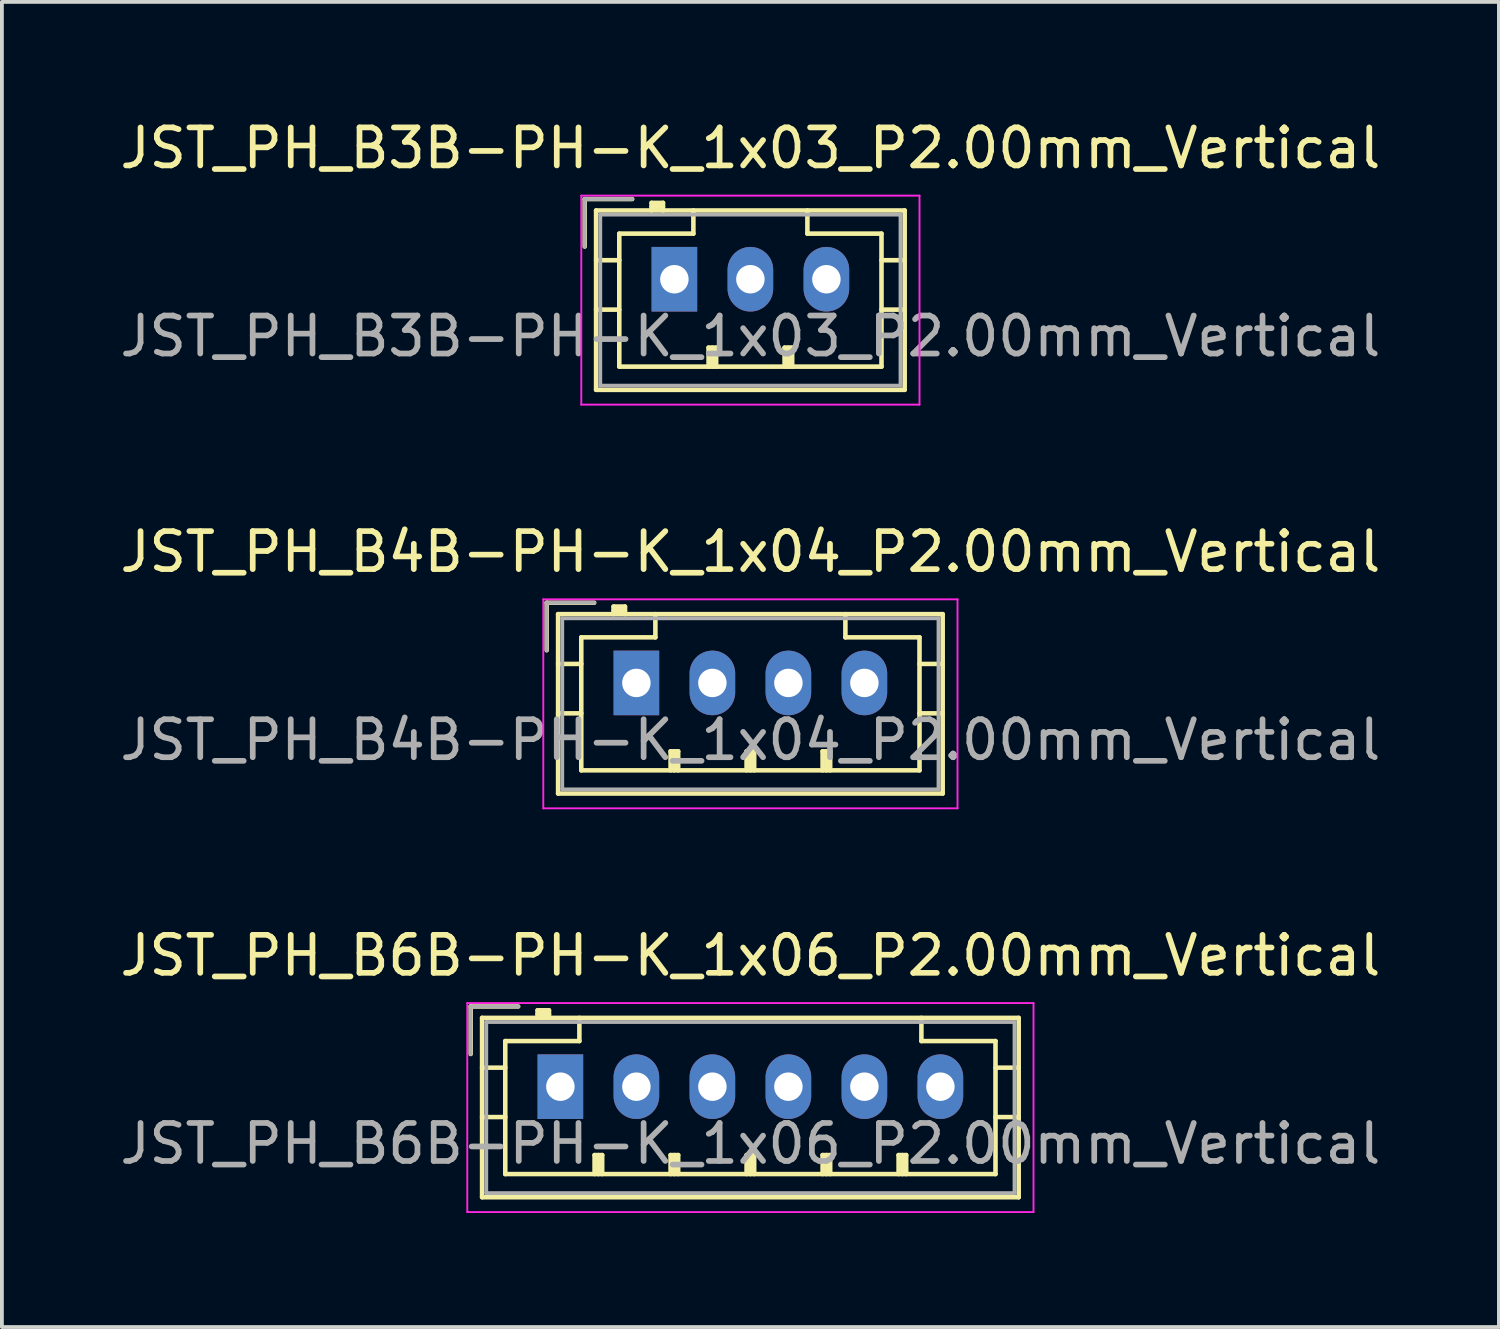
<source format=kicad_pcb>
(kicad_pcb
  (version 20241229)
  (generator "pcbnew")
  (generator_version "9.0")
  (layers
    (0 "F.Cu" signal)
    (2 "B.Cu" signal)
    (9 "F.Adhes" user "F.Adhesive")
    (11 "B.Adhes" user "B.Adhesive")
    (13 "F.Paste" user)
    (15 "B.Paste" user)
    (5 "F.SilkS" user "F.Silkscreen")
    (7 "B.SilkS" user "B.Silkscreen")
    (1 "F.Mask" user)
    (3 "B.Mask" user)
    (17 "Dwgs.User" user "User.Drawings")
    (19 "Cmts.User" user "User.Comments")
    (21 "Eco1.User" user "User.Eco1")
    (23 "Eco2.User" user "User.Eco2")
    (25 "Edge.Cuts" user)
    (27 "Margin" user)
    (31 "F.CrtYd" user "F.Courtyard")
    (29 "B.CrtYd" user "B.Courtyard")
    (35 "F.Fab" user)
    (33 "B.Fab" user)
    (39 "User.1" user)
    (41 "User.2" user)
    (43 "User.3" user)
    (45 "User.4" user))
  (footprint "JST_PH_B4B-PH-K_1x04_P2.00mm_Vertical"
    (layer "F.Cu")
    (at 13.696 14.921)
    (property "Reference" "JST_PH_B4B-PH-K_1x04_P2.00mm_Vertical" (at 3 -3.45 0) (layer "F.SilkS") (effects (font (size 1 1) (thickness 0.15))))
    (attr through_hole)
    (fp_line (start -2.36 -2.11) (end -2.36 -0.86) (stroke (width 0.12) (type solid)) (layer "F.SilkS"))
    (fp_line (start -2.06 -1.81) (end -2.06 2.91) (stroke (width 0.12) (type solid)) (layer "F.SilkS"))
    (fp_line (start -2.06 -0.5) (end -1.45 -0.5) (stroke (width 0.12) (type solid)) (layer "F.SilkS"))
    (fp_line (start -2.06 0.8) (end -1.45 0.8) (stroke (width 0.12) (type solid)) (layer "F.SilkS"))
    (fp_line (start -2.06 2.91) (end 8.06 2.91) (stroke (width 0.12) (type solid)) (layer "F.SilkS"))
    (fp_line (start -1.45 -1.2) (end -1.45 2.3) (stroke (width 0.12) (type solid)) (layer "F.SilkS"))
    (fp_line (start -1.45 2.3) (end 7.45 2.3) (stroke (width 0.12) (type solid)) (layer "F.SilkS"))
    (fp_line (start -1.11 -2.11) (end -2.36 -2.11) (stroke (width 0.12) (type solid)) (layer "F.SilkS"))
    (fp_line (start -0.6 -2.01) (end -0.6 -1.81) (stroke (width 0.12) (type solid)) (layer "F.SilkS"))
    (fp_line (start -0.3 -2.01) (end -0.6 -2.01) (stroke (width 0.12) (type solid)) (layer "F.SilkS"))
    (fp_line (start -0.3 -1.91) (end -0.6 -1.91) (stroke (width 0.12) (type solid)) (layer "F.SilkS"))
    (fp_line (start -0.3 -1.81) (end -0.3 -2.01) (stroke (width 0.12) (type solid)) (layer "F.SilkS"))
    (fp_line (start 0.5 -1.81) (end 0.5 -1.2) (stroke (width 0.12) (type solid)) (layer "F.SilkS"))
    (fp_line (start 0.5 -1.2) (end -1.45 -1.2) (stroke (width 0.12) (type solid)) (layer "F.SilkS"))
    (fp_line (start 0.9 1.8) (end 1.1 1.8) (stroke (width 0.12) (type solid)) (layer "F.SilkS"))
    (fp_line (start 0.9 2.3) (end 0.9 1.8) (stroke (width 0.12) (type solid)) (layer "F.SilkS"))
    (fp_line (start 1 2.3) (end 1 1.8) (stroke (width 0.12) (type solid)) (layer "F.SilkS"))
    (fp_line (start 1.1 1.8) (end 1.1 2.3) (stroke (width 0.12) (type solid)) (layer "F.SilkS"))
    (fp_line (start 2.9 1.8) (end 3.1 1.8) (stroke (width 0.12) (type solid)) (layer "F.SilkS"))
    (fp_line (start 2.9 2.3) (end 2.9 1.8) (stroke (width 0.12) (type solid)) (layer "F.SilkS"))
    (fp_line (start 3 2.3) (end 3 1.8) (stroke (width 0.12) (type solid)) (layer "F.SilkS"))
    (fp_line (start 3.1 1.8) (end 3.1 2.3) (stroke (width 0.12) (type solid)) (layer "F.SilkS"))
    (fp_line (start 4.9 1.8) (end 5.1 1.8) (stroke (width 0.12) (type solid)) (layer "F.SilkS"))
    (fp_line (start 4.9 2.3) (end 4.9 1.8) (stroke (width 0.12) (type solid)) (layer "F.SilkS"))
    (fp_line (start 5 2.3) (end 5 1.8) (stroke (width 0.12) (type solid)) (layer "F.SilkS"))
    (fp_line (start 5.1 1.8) (end 5.1 2.3) (stroke (width 0.12) (type solid)) (layer "F.SilkS"))
    (fp_line (start 5.5 -1.2) (end 5.5 -1.81) (stroke (width 0.12) (type solid)) (layer "F.SilkS"))
    (fp_line (start 7.45 -1.2) (end 5.5 -1.2) (stroke (width 0.12) (type solid)) (layer "F.SilkS"))
    (fp_line (start 7.45 2.3) (end 7.45 -1.2) (stroke (width 0.12) (type solid)) (layer "F.SilkS"))
    (fp_line (start 8.06 -1.81) (end -2.06 -1.81) (stroke (width 0.12) (type solid)) (layer "F.SilkS"))
    (fp_line (start 8.06 -0.5) (end 7.45 -0.5) (stroke (width 0.12) (type solid)) (layer "F.SilkS"))
    (fp_line (start 8.06 0.8) (end 7.45 0.8) (stroke (width 0.12) (type solid)) (layer "F.SilkS"))
    (fp_line (start 8.06 2.91) (end 8.06 -1.81) (stroke (width 0.12) (type solid)) (layer "F.SilkS"))
    (fp_line (start -2.45 -2.2) (end -2.45 3.3) (stroke (width 0.05) (type solid)) (layer "F.CrtYd"))
    (fp_line (start -2.45 3.3) (end 8.45 3.3) (stroke (width 0.05) (type solid)) (layer "F.CrtYd"))
    (fp_line (start 8.45 -2.2) (end -2.45 -2.2) (stroke (width 0.05) (type solid)) (layer "F.CrtYd"))
    (fp_line (start 8.45 3.3) (end 8.45 -2.2) (stroke (width 0.05) (type solid)) (layer "F.CrtYd"))
    (fp_line (start -2.36 -2.11) (end -2.36 -0.86) (stroke (width 0.1) (type solid)) (layer "F.Fab"))
    (fp_line (start -1.95 -1.7) (end -1.95 2.8) (stroke (width 0.1) (type solid)) (layer "F.Fab"))
    (fp_line (start -1.95 2.8) (end 7.95 2.8) (stroke (width 0.1) (type solid)) (layer "F.Fab"))
    (fp_line (start -1.11 -2.11) (end -2.36 -2.11) (stroke (width 0.1) (type solid)) (layer "F.Fab"))
    (fp_line (start 7.95 -1.7) (end -1.95 -1.7) (stroke (width 0.1) (type solid)) (layer "F.Fab"))
    (fp_line (start 7.95 2.8) (end 7.95 -1.7) (stroke (width 0.1) (type solid)) (layer "F.Fab"))
    (fp_text user "${REFERENCE}" (at 3 1.5 0) (layer "F.Fab") (effects (font (size 1 1) (thickness 0.15))))
    (pad "1" thru_hole rect (at 0 0) (size 1.2 1.7) (drill 0.75) (layers "*.Cu" "*.Mask"))
    (pad "2" thru_hole oval (at 2 0) (size 1.2 1.7) (drill 0.75) (layers "*.Cu" "*.Mask"))
    (pad "3" thru_hole oval (at 4 0) (size 1.2 1.7) (drill 0.75) (layers "*.Cu" "*.Mask"))
    (pad "4" thru_hole oval (at 6 0) (size 1.2 1.7) (drill 0.75) (layers "*.Cu" "*.Mask")))
  (footprint "JST_PH_B3B-PH-K_1x03_P2.00mm_Vertical"
    (layer "F.Cu")
    (at 14.696 4.298)
    (property "Reference" "JST_PH_B3B-PH-K_1x03_P2.00mm_Vertical" (at 2 -3.45 0) (layer "F.SilkS") (effects (font (size 1 1) (thickness 0.15))))
    (attr through_hole)
    (fp_line (start -2.36 -2.11) (end -2.36 -0.86) (stroke (width 0.12) (type solid)) (layer "F.SilkS"))
    (fp_line (start -2.06 -1.81) (end -2.06 2.91) (stroke (width 0.12) (type solid)) (layer "F.SilkS"))
    (fp_line (start -2.06 -0.5) (end -1.45 -0.5) (stroke (width 0.12) (type solid)) (layer "F.SilkS"))
    (fp_line (start -2.06 0.8) (end -1.45 0.8) (stroke (width 0.12) (type solid)) (layer "F.SilkS"))
    (fp_line (start -2.06 2.91) (end 6.06 2.91) (stroke (width 0.12) (type solid)) (layer "F.SilkS"))
    (fp_line (start -1.45 -1.2) (end -1.45 2.3) (stroke (width 0.12) (type solid)) (layer "F.SilkS"))
    (fp_line (start -1.45 2.3) (end 5.45 2.3) (stroke (width 0.12) (type solid)) (layer "F.SilkS"))
    (fp_line (start -1.11 -2.11) (end -2.36 -2.11) (stroke (width 0.12) (type solid)) (layer "F.SilkS"))
    (fp_line (start -0.6 -2.01) (end -0.6 -1.81) (stroke (width 0.12) (type solid)) (layer "F.SilkS"))
    (fp_line (start -0.3 -2.01) (end -0.6 -2.01) (stroke (width 0.12) (type solid)) (layer "F.SilkS"))
    (fp_line (start -0.3 -1.91) (end -0.6 -1.91) (stroke (width 0.12) (type solid)) (layer "F.SilkS"))
    (fp_line (start -0.3 -1.81) (end -0.3 -2.01) (stroke (width 0.12) (type solid)) (layer "F.SilkS"))
    (fp_line (start 0.5 -1.81) (end 0.5 -1.2) (stroke (width 0.12) (type solid)) (layer "F.SilkS"))
    (fp_line (start 0.5 -1.2) (end -1.45 -1.2) (stroke (width 0.12) (type solid)) (layer "F.SilkS"))
    (fp_line (start 0.9 1.8) (end 1.1 1.8) (stroke (width 0.12) (type solid)) (layer "F.SilkS"))
    (fp_line (start 0.9 2.3) (end 0.9 1.8) (stroke (width 0.12) (type solid)) (layer "F.SilkS"))
    (fp_line (start 1 2.3) (end 1 1.8) (stroke (width 0.12) (type solid)) (layer "F.SilkS"))
    (fp_line (start 1.1 1.8) (end 1.1 2.3) (stroke (width 0.12) (type solid)) (layer "F.SilkS"))
    (fp_line (start 2.9 1.8) (end 3.1 1.8) (stroke (width 0.12) (type solid)) (layer "F.SilkS"))
    (fp_line (start 2.9 2.3) (end 2.9 1.8) (stroke (width 0.12) (type solid)) (layer "F.SilkS"))
    (fp_line (start 3 2.3) (end 3 1.8) (stroke (width 0.12) (type solid)) (layer "F.SilkS"))
    (fp_line (start 3.1 1.8) (end 3.1 2.3) (stroke (width 0.12) (type solid)) (layer "F.SilkS"))
    (fp_line (start 3.5 -1.2) (end 3.5 -1.81) (stroke (width 0.12) (type solid)) (layer "F.SilkS"))
    (fp_line (start 5.45 -1.2) (end 3.5 -1.2) (stroke (width 0.12) (type solid)) (layer "F.SilkS"))
    (fp_line (start 5.45 2.3) (end 5.45 -1.2) (stroke (width 0.12) (type solid)) (layer "F.SilkS"))
    (fp_line (start 6.06 -1.81) (end -2.06 -1.81) (stroke (width 0.12) (type solid)) (layer "F.SilkS"))
    (fp_line (start 6.06 -0.5) (end 5.45 -0.5) (stroke (width 0.12) (type solid)) (layer "F.SilkS"))
    (fp_line (start 6.06 0.8) (end 5.45 0.8) (stroke (width 0.12) (type solid)) (layer "F.SilkS"))
    (fp_line (start 6.06 2.91) (end 6.06 -1.81) (stroke (width 0.12) (type solid)) (layer "F.SilkS"))
    (fp_line (start -2.45 -2.2) (end -2.45 3.3) (stroke (width 0.05) (type solid)) (layer "F.CrtYd"))
    (fp_line (start -2.45 3.3) (end 6.45 3.3) (stroke (width 0.05) (type solid)) (layer "F.CrtYd"))
    (fp_line (start 6.45 -2.2) (end -2.45 -2.2) (stroke (width 0.05) (type solid)) (layer "F.CrtYd"))
    (fp_line (start 6.45 3.3) (end 6.45 -2.2) (stroke (width 0.05) (type solid)) (layer "F.CrtYd"))
    (fp_line (start -2.36 -2.11) (end -2.36 -0.86) (stroke (width 0.1) (type solid)) (layer "F.Fab"))
    (fp_line (start -1.95 -1.7) (end -1.95 2.8) (stroke (width 0.1) (type solid)) (layer "F.Fab"))
    (fp_line (start -1.95 2.8) (end 5.95 2.8) (stroke (width 0.1) (type solid)) (layer "F.Fab"))
    (fp_line (start -1.11 -2.11) (end -2.36 -2.11) (stroke (width 0.1) (type solid)) (layer "F.Fab"))
    (fp_line (start 5.95 -1.7) (end -1.95 -1.7) (stroke (width 0.1) (type solid)) (layer "F.Fab"))
    (fp_line (start 5.95 2.8) (end 5.95 -1.7) (stroke (width 0.1) (type solid)) (layer "F.Fab"))
    (fp_text user "${REFERENCE}" (at 2 1.5 0) (layer "F.Fab") (effects (font (size 1 1) (thickness 0.15))))
    (pad "1" thru_hole rect (at 0 0) (size 1.2 1.7) (drill 0.75) (layers "*.Cu" "*.Mask"))
    (pad "2" thru_hole oval (at 2 0) (size 1.2 1.7) (drill 0.75) (layers "*.Cu" "*.Mask"))
    (pad "3" thru_hole oval (at 4 0) (size 1.2 1.7) (drill 0.75) (layers "*.Cu" "*.Mask")))
  (footprint "JST_PH_B6B-PH-K_1x06_P2.00mm_Vertical"
    (layer "F.Cu")
    (at 11.696 25.545)
    (property "Reference" "JST_PH_B6B-PH-K_1x06_P2.00mm_Vertical" (at 5 -3.45 0) (layer "F.SilkS") (effects (font (size 1 1) (thickness 0.15))))
    (attr through_hole)
    (fp_line (start -2.36 -2.11) (end -2.36 -0.86) (stroke (width 0.12) (type solid)) (layer "F.SilkS"))
    (fp_line (start -2.06 -1.81) (end -2.06 2.91) (stroke (width 0.12) (type solid)) (layer "F.SilkS"))
    (fp_line (start -2.06 -0.5) (end -1.45 -0.5) (stroke (width 0.12) (type solid)) (layer "F.SilkS"))
    (fp_line (start -2.06 0.8) (end -1.45 0.8) (stroke (width 0.12) (type solid)) (layer "F.SilkS"))
    (fp_line (start -2.06 2.91) (end 12.06 2.91) (stroke (width 0.12) (type solid)) (layer "F.SilkS"))
    (fp_line (start -1.45 -1.2) (end -1.45 2.3) (stroke (width 0.12) (type solid)) (layer "F.SilkS"))
    (fp_line (start -1.45 2.3) (end 11.45 2.3) (stroke (width 0.12) (type solid)) (layer "F.SilkS"))
    (fp_line (start -1.11 -2.11) (end -2.36 -2.11) (stroke (width 0.12) (type solid)) (layer "F.SilkS"))
    (fp_line (start -0.6 -2.01) (end -0.6 -1.81) (stroke (width 0.12) (type solid)) (layer "F.SilkS"))
    (fp_line (start -0.3 -2.01) (end -0.6 -2.01) (stroke (width 0.12) (type solid)) (layer "F.SilkS"))
    (fp_line (start -0.3 -1.91) (end -0.6 -1.91) (stroke (width 0.12) (type solid)) (layer "F.SilkS"))
    (fp_line (start -0.3 -1.81) (end -0.3 -2.01) (stroke (width 0.12) (type solid)) (layer "F.SilkS"))
    (fp_line (start 0.5 -1.81) (end 0.5 -1.2) (stroke (width 0.12) (type solid)) (layer "F.SilkS"))
    (fp_line (start 0.5 -1.2) (end -1.45 -1.2) (stroke (width 0.12) (type solid)) (layer "F.SilkS"))
    (fp_line (start 0.9 1.8) (end 1.1 1.8) (stroke (width 0.12) (type solid)) (layer "F.SilkS"))
    (fp_line (start 0.9 2.3) (end 0.9 1.8) (stroke (width 0.12) (type solid)) (layer "F.SilkS"))
    (fp_line (start 1 2.3) (end 1 1.8) (stroke (width 0.12) (type solid)) (layer "F.SilkS"))
    (fp_line (start 1.1 1.8) (end 1.1 2.3) (stroke (width 0.12) (type solid)) (layer "F.SilkS"))
    (fp_line (start 2.9 1.8) (end 3.1 1.8) (stroke (width 0.12) (type solid)) (layer "F.SilkS"))
    (fp_line (start 2.9 2.3) (end 2.9 1.8) (stroke (width 0.12) (type solid)) (layer "F.SilkS"))
    (fp_line (start 3 2.3) (end 3 1.8) (stroke (width 0.12) (type solid)) (layer "F.SilkS"))
    (fp_line (start 3.1 1.8) (end 3.1 2.3) (stroke (width 0.12) (type solid)) (layer "F.SilkS"))
    (fp_line (start 4.9 1.8) (end 5.1 1.8) (stroke (width 0.12) (type solid)) (layer "F.SilkS"))
    (fp_line (start 4.9 2.3) (end 4.9 1.8) (stroke (width 0.12) (type solid)) (layer "F.SilkS"))
    (fp_line (start 5 2.3) (end 5 1.8) (stroke (width 0.12) (type solid)) (layer "F.SilkS"))
    (fp_line (start 5.1 1.8) (end 5.1 2.3) (stroke (width 0.12) (type solid)) (layer "F.SilkS"))
    (fp_line (start 6.9 1.8) (end 7.1 1.8) (stroke (width 0.12) (type solid)) (layer "F.SilkS"))
    (fp_line (start 6.9 2.3) (end 6.9 1.8) (stroke (width 0.12) (type solid)) (layer "F.SilkS"))
    (fp_line (start 7 2.3) (end 7 1.8) (stroke (width 0.12) (type solid)) (layer "F.SilkS"))
    (fp_line (start 7.1 1.8) (end 7.1 2.3) (stroke (width 0.12) (type solid)) (layer "F.SilkS"))
    (fp_line (start 8.9 1.8) (end 9.1 1.8) (stroke (width 0.12) (type solid)) (layer "F.SilkS"))
    (fp_line (start 8.9 2.3) (end 8.9 1.8) (stroke (width 0.12) (type solid)) (layer "F.SilkS"))
    (fp_line (start 9 2.3) (end 9 1.8) (stroke (width 0.12) (type solid)) (layer "F.SilkS"))
    (fp_line (start 9.1 1.8) (end 9.1 2.3) (stroke (width 0.12) (type solid)) (layer "F.SilkS"))
    (fp_line (start 9.5 -1.2) (end 9.5 -1.81) (stroke (width 0.12) (type solid)) (layer "F.SilkS"))
    (fp_line (start 11.45 -1.2) (end 9.5 -1.2) (stroke (width 0.12) (type solid)) (layer "F.SilkS"))
    (fp_line (start 11.45 2.3) (end 11.45 -1.2) (stroke (width 0.12) (type solid)) (layer "F.SilkS"))
    (fp_line (start 12.06 -1.81) (end -2.06 -1.81) (stroke (width 0.12) (type solid)) (layer "F.SilkS"))
    (fp_line (start 12.06 -0.5) (end 11.45 -0.5) (stroke (width 0.12) (type solid)) (layer "F.SilkS"))
    (fp_line (start 12.06 0.8) (end 11.45 0.8) (stroke (width 0.12) (type solid)) (layer "F.SilkS"))
    (fp_line (start 12.06 2.91) (end 12.06 -1.81) (stroke (width 0.12) (type solid)) (layer "F.SilkS"))
    (fp_line (start -2.45 -2.2) (end -2.45 3.3) (stroke (width 0.05) (type solid)) (layer "F.CrtYd"))
    (fp_line (start -2.45 3.3) (end 12.45 3.3) (stroke (width 0.05) (type solid)) (layer "F.CrtYd"))
    (fp_line (start 12.45 -2.2) (end -2.45 -2.2) (stroke (width 0.05) (type solid)) (layer "F.CrtYd"))
    (fp_line (start 12.45 3.3) (end 12.45 -2.2) (stroke (width 0.05) (type solid)) (layer "F.CrtYd"))
    (fp_line (start -2.36 -2.11) (end -2.36 -0.86) (stroke (width 0.1) (type solid)) (layer "F.Fab"))
    (fp_line (start -1.95 -1.7) (end -1.95 2.8) (stroke (width 0.1) (type solid)) (layer "F.Fab"))
    (fp_line (start -1.95 2.8) (end 11.95 2.8) (stroke (width 0.1) (type solid)) (layer "F.Fab"))
    (fp_line (start -1.11 -2.11) (end -2.36 -2.11) (stroke (width 0.1) (type solid)) (layer "F.Fab"))
    (fp_line (start 11.95 -1.7) (end -1.95 -1.7) (stroke (width 0.1) (type solid)) (layer "F.Fab"))
    (fp_line (start 11.95 2.8) (end 11.95 -1.7) (stroke (width 0.1) (type solid)) (layer "F.Fab"))
    (fp_text user "${REFERENCE}" (at 5 1.5 0) (layer "F.Fab") (effects (font (size 1 1) (thickness 0.15))))
    (pad "1" thru_hole rect (at 0 0) (size 1.2 1.7) (drill 0.75) (layers "*.Cu" "*.Mask"))
    (pad "2" thru_hole oval (at 2 0) (size 1.2 1.7) (drill 0.75) (layers "*.Cu" "*.Mask"))
    (pad "3" thru_hole oval (at 4 0) (size 1.2 1.7) (drill 0.75) (layers "*.Cu" "*.Mask"))
    (pad "4" thru_hole oval (at 6 0) (size 1.2 1.7) (drill 0.75) (layers "*.Cu" "*.Mask"))
    (pad "5" thru_hole oval (at 8 0) (size 1.2 1.7) (drill 0.75) (layers "*.Cu" "*.Mask"))
    (pad "6" thru_hole oval (at 10 0) (size 1.2 1.7) (drill 0.75) (layers "*.Cu" "*.Mask")))
  (gr_rect
    (start -3 -3)
    (end 36.393 31.87)
    (stroke (width 0.1) (type default))
    (fill no)
    (layer "Edge.Cuts")))
</source>
